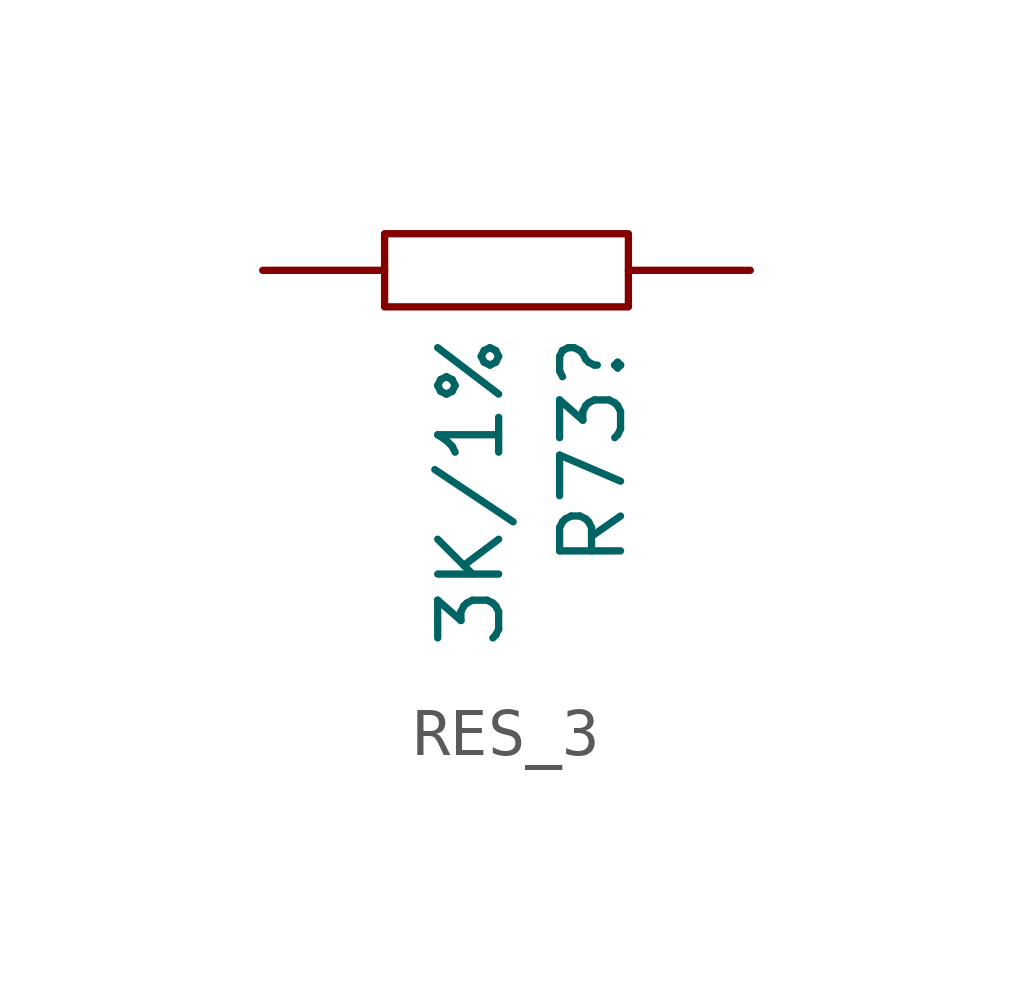
<source format=kicad_sym>
(kicad_symbol_lib
  (version 20241209)
  (generator "kicad_symbol_editor")
  (generator_version "9.0")
  (symbol "RES_3"
    (pin_numbers
      (hide yes))
    (pin_names
      (hide yes))
    (property "Reference" "R73"
      (at 5.08 -3.81 90)
      (effects (font (size 1.27 1.27)) (justify right bottom)))
    (property "Value" "3K/1%"
      (at 2.54 -3.81 90)
      (effects (font (size 1.27 1.27)) (justify right bottom)))
    (symbol "RES_3_1_0"
      (rectangle (start 0 -1.778) (end 5.08 -3.302) (stroke (width 0) (type default)) (fill (type none)))
      (pin passive line (at -2.54 -2.54 0) (length 2.54) (name "1" (effects (font (size 1.27 1.27)))) (number "1" (effects (font (size 1.27 1.27)))))
      (pin passive line (at 7.62 -2.54 180) (length 2.54) (name "2" (effects (font (size 1.27 1.27)))) (number "2" (effects (font (size 1.27 1.27))))))))
</source>
